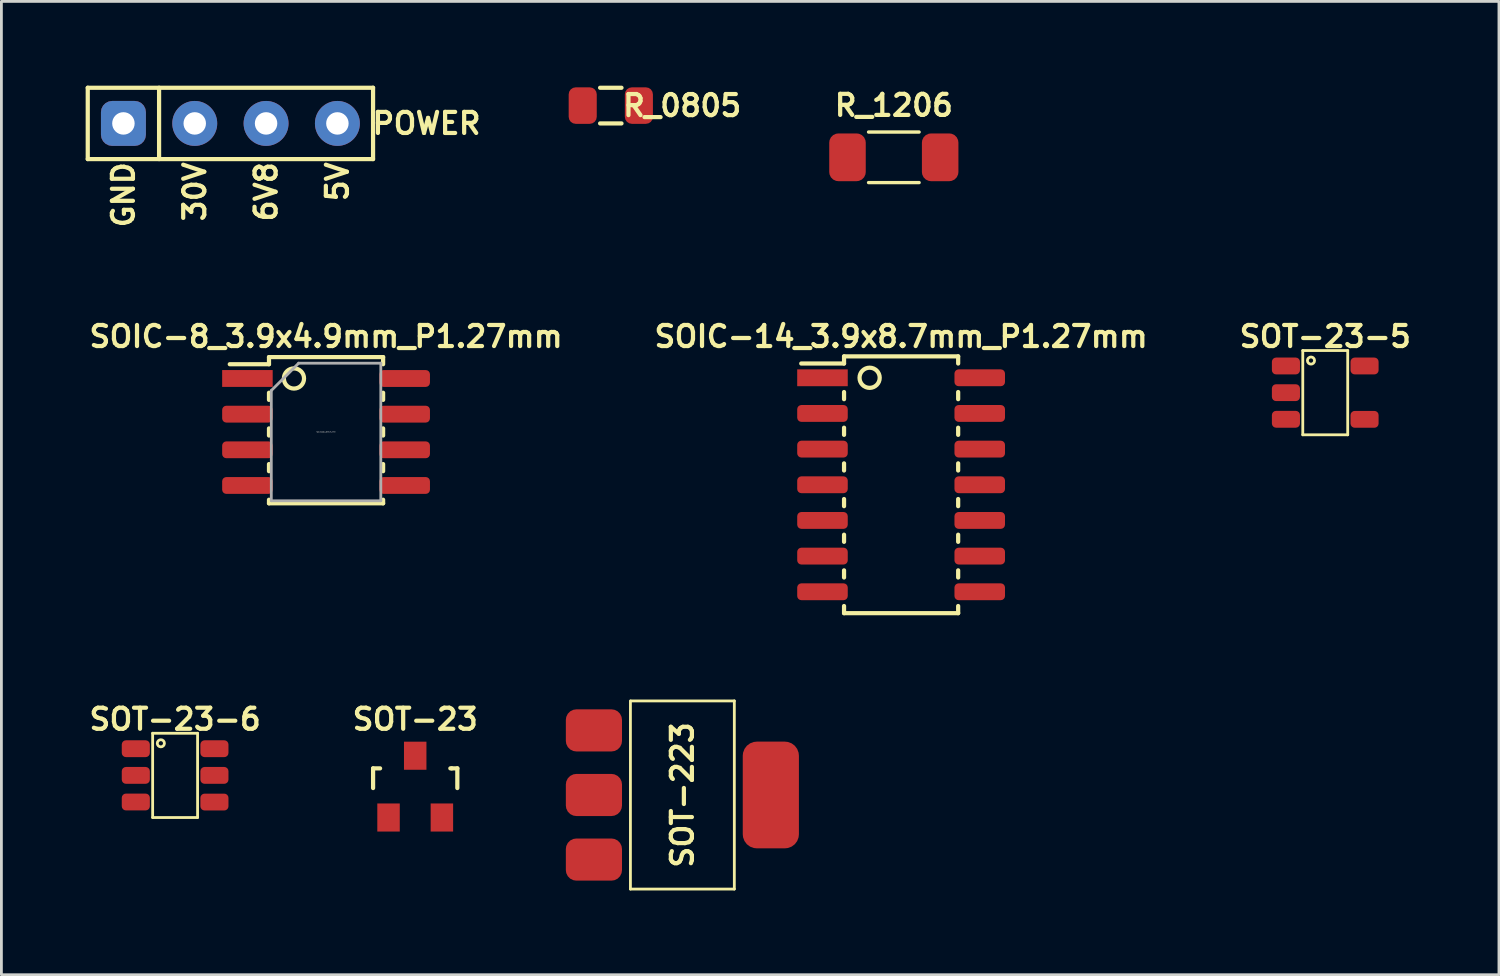
<source format=kicad_pcb>
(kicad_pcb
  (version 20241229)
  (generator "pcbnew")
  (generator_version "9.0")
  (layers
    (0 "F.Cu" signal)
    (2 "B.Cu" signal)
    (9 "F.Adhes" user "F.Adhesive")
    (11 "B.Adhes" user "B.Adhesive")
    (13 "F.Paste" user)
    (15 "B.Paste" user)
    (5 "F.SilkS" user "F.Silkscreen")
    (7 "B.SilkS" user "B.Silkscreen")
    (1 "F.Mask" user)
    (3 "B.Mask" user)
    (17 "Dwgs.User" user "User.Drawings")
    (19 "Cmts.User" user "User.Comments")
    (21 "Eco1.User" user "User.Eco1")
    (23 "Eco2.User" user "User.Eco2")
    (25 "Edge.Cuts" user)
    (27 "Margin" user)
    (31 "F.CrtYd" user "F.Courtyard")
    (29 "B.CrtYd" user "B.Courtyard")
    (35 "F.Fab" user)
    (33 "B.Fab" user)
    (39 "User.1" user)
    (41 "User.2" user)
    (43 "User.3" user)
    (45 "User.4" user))
  (footprint "POWER"
    (layer "F.Cu")
    (at 5.155 1.345)
    (property "Reference" "POWER" (at 6.985 0 0) (layer "F.SilkS") (effects (font (size 0.75 0.75) (thickness 0.15))))
    (attr through_hole)
    (fp_line (start -5.08 -1.27) (end -5.08 1.27) (stroke (width 0.15) (type solid)) (layer "F.SilkS"))
    (fp_line (start -5.08 -1.27) (end 5.08 -1.27) (stroke (width 0.15) (type solid)) (layer "F.SilkS"))
    (fp_line (start -2.54 1.27) (end -2.54 -1.27) (stroke (width 0.15) (type solid)) (layer "F.SilkS"))
    (fp_line (start 5.08 -1.27) (end 5.08 1.27) (stroke (width 0.15) (type solid)) (layer "F.SilkS"))
    (fp_line (start 5.08 1.27) (end -5.08 1.27) (stroke (width 0.15) (type solid)) (layer "F.SilkS"))
    (fp_text user "GND" (at -3.81 1.3 90) (unlocked yes) (layer "F.SilkS") (effects (font (size 0.75 0.75) (thickness 0.15)) (justify right)))
    (fp_text user "5V" (at 3.81 1.3 90) (unlocked yes) (layer "F.SilkS") (effects (font (size 0.75 0.75) (thickness 0.15)) (justify right)))
    (fp_text user "30V" (at -1.27 1.3 90) (unlocked yes) (layer "F.SilkS") (effects (font (size 0.75 0.75) (thickness 0.15)) (justify right)))
    (fp_text user "6V8" (at 1.27 1.3 90) (unlocked yes) (layer "F.SilkS") (effects (font (size 0.75 0.75) (thickness 0.15)) (justify right)))
    (pad "1" thru_hole roundrect (at -3.81 0) (size 1.6 1.6) (drill 0.8) (layers "*.Cu" "*.Mask") (roundrect_rratio 0.25))
    (pad "2" thru_hole circle (at -1.27 0) (size 1.6 1.6) (drill 0.8) (layers "*.Cu" "*.Mask"))
    (pad "3" thru_hole circle (at 1.27 0) (size 1.6 1.6) (drill 0.8) (layers "*.Cu" "*.Mask"))
    (pad "4" thru_hole circle (at 3.81 0) (size 1.6 1.6) (drill 0.8) (layers "*.Cu" "*.Mask")))
  (footprint "SOT-23"
    (layer "F.Cu")
    (at 11.736 24.962)
    (property "Reference" "SOT-23" (at 0 -2.4 0) (layer "F.SilkS") (effects (font (size 0.75 0.75) (thickness 0.15))))
    (attr smd)
    (fp_line (start -1.5 -0.65) (end -1.251 -0.65) (stroke (width 0.15) (type solid)) (layer "F.SilkS"))
    (fp_line (start -1.5 0.051) (end -1.5 -0.65) (stroke (width 0.15) (type solid)) (layer "F.SilkS"))
    (fp_line (start 1.299 -0.65) (end 1.251 -0.65) (stroke (width 0.15) (type solid)) (layer "F.SilkS"))
    (fp_line (start 1.299 -0.65) (end 1.5 -0.65) (stroke (width 0.15) (type solid)) (layer "F.SilkS"))
    (fp_line (start 1.5 -0.65) (end 1.5 0.051) (stroke (width 0.15) (type solid)) (layer "F.SilkS"))
    (pad "1" smd rect (at -0.95 1.1) (size 0.8 1) (layers "F.Cu" "F.Mask" "F.Paste"))
    (pad "2" smd rect (at 0.95 1.1) (size 0.8 1) (layers "F.Cu" "F.Mask" "F.Paste"))
    (pad "3" smd rect (at 0 -1.1) (size 0.8 1) (layers "F.Cu" "F.Mask" "F.Paste")))
  (footprint "SOIC-8_3.9x4.9mm_P1.27mm"
    (layer "F.Cu")
    (at 8.561 12.333)
    (property "Reference" "SOIC-8_3.9x4.9mm_P1.27mm" (at 0 -3.4 0) (layer "F.SilkS") (effects (font (size 0.75 0.75) (thickness 0.15))))
    (attr smd)
    (fp_line (start -3.429 -2.413) (end -2.032 -2.413) (stroke (width 0.15) (type solid)) (layer "F.SilkS"))
    (fp_line (start -2.032 -2.667) (end 2.032 -2.667) (stroke (width 0.15) (type solid)) (layer "F.SilkS"))
    (fp_line (start -2.032 -2.413) (end -2.032 -2.667) (stroke (width 0.15) (type solid)) (layer "F.SilkS"))
    (fp_line (start -2.032 -1.143) (end -2.032 -1.397) (stroke (width 0.15) (type solid)) (layer "F.SilkS"))
    (fp_line (start -2.032 0.127) (end -2.032 -0.127) (stroke (width 0.15) (type solid)) (layer "F.SilkS"))
    (fp_line (start -2.032 1.397) (end -2.032 1.143) (stroke (width 0.15) (type solid)) (layer "F.SilkS"))
    (fp_line (start -2.032 2.54) (end -2.032 2.413) (stroke (width 0.15) (type solid)) (layer "F.SilkS"))
    (fp_line (start 2.032 -2.413) (end 2.032 -2.667) (stroke (width 0.15) (type solid)) (layer "F.SilkS"))
    (fp_line (start 2.032 -1.397) (end 2.032 -1.143) (stroke (width 0.15) (type solid)) (layer "F.SilkS"))
    (fp_line (start 2.032 -0.127) (end 2.032 0.127) (stroke (width 0.15) (type solid)) (layer "F.SilkS"))
    (fp_line (start 2.032 1.143) (end 2.032 1.397) (stroke (width 0.15) (type solid)) (layer "F.SilkS"))
    (fp_line (start 2.032 2.413) (end 2.032 2.54) (stroke (width 0.15) (type solid)) (layer "F.SilkS"))
    (fp_line (start 2.032 2.54) (end -2.032 2.54) (stroke (width 0.15) (type solid)) (layer "F.SilkS"))
    (fp_circle (center -1.143 -1.905) (end -0.889 -1.651) (stroke (width 0.15) (type solid)) (fill no) (layer "F.SilkS"))
    (fp_line (start -1.95 -1.475) (end -0.975 -2.45) (stroke (width 0.1) (type solid)) (layer "F.Fab"))
    (fp_line (start -1.95 2.45) (end -1.95 -1.475) (stroke (width 0.1) (type solid)) (layer "F.Fab"))
    (fp_line (start -0.975 -2.45) (end 1.95 -2.45) (stroke (width 0.1) (type solid)) (layer "F.Fab"))
    (fp_line (start 1.95 -2.45) (end 1.95 2.45) (stroke (width 0.1) (type solid)) (layer "F.Fab"))
    (fp_line (start 1.95 2.45) (end -1.95 2.45) (stroke (width 0.1) (type solid)) (layer "F.Fab"))
    (fp_text user "${REFERENCE}" (at 0 0 0) (layer "F.Fab") (effects (font (size 0.03 0.03) (thickness 0.007))))
    (pad "1" smd rect (at -2.8 -1.905) (size 1.8 0.6) (layers "F.Cu" "F.Mask" "F.Paste"))
    (pad "2" smd roundrect (at -2.8 -0.635) (size 1.8 0.6) (layers "F.Cu" "F.Mask" "F.Paste") (roundrect_rratio 0.25))
    (pad "3" smd roundrect (at -2.8 0.635) (size 1.8 0.6) (layers "F.Cu" "F.Mask" "F.Paste") (roundrect_rratio 0.25))
    (pad "4" smd roundrect (at -2.8 1.905) (size 1.8 0.6) (layers "F.Cu" "F.Mask" "F.Paste") (roundrect_rratio 0.25))
    (pad "5" smd roundrect (at 2.8 1.905) (size 1.8 0.6) (layers "F.Cu" "F.Mask" "F.Paste") (roundrect_rratio 0.25))
    (pad "6" smd roundrect (at 2.8 0.635) (size 1.8 0.6) (layers "F.Cu" "F.Mask" "F.Paste") (roundrect_rratio 0.25))
    (pad "7" smd roundrect (at 2.8 -0.635) (size 1.8 0.6) (layers "F.Cu" "F.Mask" "F.Paste") (roundrect_rratio 0.25))
    (pad "8" smd roundrect (at 2.8 -1.905) (size 1.8 0.6) (layers "F.Cu" "F.Mask" "F.Paste") (roundrect_rratio 0.25)))
  (footprint "SOT-223"
    (layer "F.Cu")
    (at 21.25 25.26)
    (property "Reference" "SOT-223" (at 0 0 270) (layer "F.SilkS") (effects (font (size 0.75 0.75) (thickness 0.15))))
    (attr smd)
    (fp_line (start -1.85 -3.35) (end -1.85 3.35) (stroke (width 0.1) (type solid)) (layer "F.SilkS"))
    (fp_line (start -1.85 3.35) (end 1.85 3.35) (stroke (width 0.1) (type solid)) (layer "F.SilkS"))
    (fp_line (start -1.83 -3.35) (end 1.85 -3.35) (stroke (width 0.1) (type solid)) (layer "F.SilkS"))
    (fp_line (start 1.85 -3.35) (end 1.85 3.35) (stroke (width 0.1) (type solid)) (layer "F.SilkS"))
    (pad "1" smd roundrect (at -3.15 -2.3) (size 2 1.5) (layers "F.Cu" "F.Mask" "F.Paste") (roundrect_rratio 0.25))
    (pad "2" smd roundrect (at -3.15 0) (size 2 1.5) (layers "F.Cu" "F.Mask" "F.Paste") (roundrect_rratio 0.25))
    (pad "2" smd roundrect (at 3.15 0) (size 2 3.8) (layers "F.Cu" "F.Mask" "F.Paste") (roundrect_rratio 0.25))
    (pad "3" smd roundrect (at -3.15 2.3) (size 2 1.5) (layers "F.Cu" "F.Mask" "F.Paste") (roundrect_rratio 0.25)))
  (footprint "SOT-23-5"
    (layer "F.Cu")
    (at 44.143 10.933)
    (property "Reference" "SOT-23-5" (at 0 -2 180) (layer "F.SilkS") (effects (font (size 0.75 0.75) (thickness 0.15))))
    (attr smd)
    (fp_line (start -0.8 -1.5) (end 0.8 -1.5) (stroke (width 0.1) (type solid)) (layer "F.SilkS"))
    (fp_line (start -0.8 1.5) (end -0.8 -1.5) (stroke (width 0.1) (type solid)) (layer "F.SilkS"))
    (fp_line (start 0.8 -1.5) (end 0.8 1.5) (stroke (width 0.1) (type solid)) (layer "F.SilkS"))
    (fp_line (start 0.8 1.5) (end -0.8 1.5) (stroke (width 0.1) (type solid)) (layer "F.SilkS"))
    (fp_circle (center -0.508 -1.143) (end -0.381 -1.143) (stroke (width 0.1) (type solid)) (fill no) (layer "F.SilkS"))
    (pad "1" smd roundrect (at -1.4 -0.95 270) (size 0.6 1) (layers "F.Cu" "F.Mask" "F.Paste") (roundrect_rratio 0.25))
    (pad "2" smd roundrect (at -1.4 0 270) (size 0.6 1) (layers "F.Cu" "F.Mask" "F.Paste") (roundrect_rratio 0.25))
    (pad "3" smd roundrect (at -1.4 0.948 270) (size 0.6 1) (layers "F.Cu" "F.Mask" "F.Paste") (roundrect_rratio 0.25))
    (pad "4" smd roundrect (at 1.4 0.95 270) (size 0.6 1) (layers "F.Cu" "F.Mask" "F.Paste") (roundrect_rratio 0.25))
    (pad "5" smd roundrect (at 1.4 -0.95 270) (size 0.6 1) (layers "F.Cu" "F.Mask" "F.Paste") (roundrect_rratio 0.25)))
  (footprint "R_0805"
    (layer "F.Cu")
    (at 18.701 0.71)
    (property "Reference" "R_0805" (at 2.54 0 0) (layer "F.SilkS") (effects (font (size 0.75 0.75) (thickness 0.15))))
    (attr smd)
    (fp_line (start -0.381 -0.635) (end 0.381 -0.635) (stroke (width 0.15) (type solid)) (layer "F.SilkS"))
    (fp_line (start -0.381 0.635) (end 0.381 0.635) (stroke (width 0.15) (type solid)) (layer "F.SilkS"))
    (pad "1" smd roundrect (at -1 0) (size 1 1.3) (layers "F.Cu" "F.Mask" "F.Paste") (roundrect_rratio 0.25))
    (pad "2" smd roundrect (at 1 0) (size 1 1.3) (layers "F.Cu" "F.Mask" "F.Paste") (roundrect_rratio 0.25)))
  (footprint "SOIC-14_3.9x8.7mm_P1.27mm"
    (layer "F.Cu")
    (at 29.039 14.213)
    (property "Reference" "SOIC-14_3.9x8.7mm_P1.27mm" (at 0 -5.28 0) (layer "F.SilkS") (effects (font (size 0.75 0.75) (thickness 0.15))))
    (attr smd)
    (fp_line (start -2.032 -4.572) (end -2.032 -4.318) (stroke (width 0.15) (type solid)) (layer "F.SilkS"))
    (fp_line (start -2.032 -4.572) (end 2.032 -4.572) (stroke (width 0.15) (type solid)) (layer "F.SilkS"))
    (fp_line (start -2.032 -4.318) (end -3.556 -4.318) (stroke (width 0.15) (type solid)) (layer "F.SilkS"))
    (fp_line (start -2.032 -3.302) (end -2.032 -3.048) (stroke (width 0.15) (type solid)) (layer "F.SilkS"))
    (fp_line (start -2.032 -2.032) (end -2.032 -1.778) (stroke (width 0.15) (type solid)) (layer "F.SilkS"))
    (fp_line (start -2.032 -0.762) (end -2.032 -0.508) (stroke (width 0.15) (type solid)) (layer "F.SilkS"))
    (fp_line (start -2.032 0.508) (end -2.032 0.762) (stroke (width 0.15) (type solid)) (layer "F.SilkS"))
    (fp_line (start -2.032 1.778) (end -2.032 2.032) (stroke (width 0.15) (type solid)) (layer "F.SilkS"))
    (fp_line (start -2.032 3.048) (end -2.032 3.302) (stroke (width 0.15) (type solid)) (layer "F.SilkS"))
    (fp_line (start -2.032 4.572) (end -2.032 4.318) (stroke (width 0.15) (type solid)) (layer "F.SilkS"))
    (fp_line (start 2.032 -4.572) (end 2.032 -4.318) (stroke (width 0.15) (type solid)) (layer "F.SilkS"))
    (fp_line (start 2.032 -3.302) (end 2.032 -3.048) (stroke (width 0.15) (type solid)) (layer "F.SilkS"))
    (fp_line (start 2.032 -2.032) (end 2.032 -1.778) (stroke (width 0.15) (type solid)) (layer "F.SilkS"))
    (fp_line (start 2.032 -0.762) (end 2.032 -0.508) (stroke (width 0.15) (type solid)) (layer "F.SilkS"))
    (fp_line (start 2.032 0.508) (end 2.032 0.762) (stroke (width 0.15) (type solid)) (layer "F.SilkS"))
    (fp_line (start 2.032 1.778) (end 2.032 2.032) (stroke (width 0.15) (type solid)) (layer "F.SilkS"))
    (fp_line (start 2.032 3.048) (end 2.032 3.302) (stroke (width 0.15) (type solid)) (layer "F.SilkS"))
    (fp_line (start 2.032 4.572) (end -2.032 4.572) (stroke (width 0.15) (type solid)) (layer "F.SilkS"))
    (fp_line (start 2.032 4.572) (end 2.032 4.318) (stroke (width 0.15) (type solid)) (layer "F.SilkS"))
    (fp_circle (center -1.121 -3.81) (end -0.867 -3.556) (stroke (width 0.15) (type solid)) (fill no) (layer "F.SilkS"))
    (pad "1" smd rect (at -2.8 -3.81) (size 1.8 0.6) (layers "F.Cu" "F.Mask" "F.Paste"))
    (pad "2" smd roundrect (at -2.8 -2.54) (size 1.8 0.6) (layers "F.Cu" "F.Mask" "F.Paste") (roundrect_rratio 0.25))
    (pad "3" smd roundrect (at -2.8 -1.27) (size 1.8 0.6) (layers "F.Cu" "F.Mask" "F.Paste") (roundrect_rratio 0.25))
    (pad "4" smd roundrect (at -2.8 0) (size 1.8 0.6) (layers "F.Cu" "F.Mask" "F.Paste") (roundrect_rratio 0.25))
    (pad "5" smd roundrect (at -2.8 1.27) (size 1.8 0.6) (layers "F.Cu" "F.Mask" "F.Paste") (roundrect_rratio 0.25))
    (pad "6" smd roundrect (at -2.8 2.54) (size 1.8 0.6) (layers "F.Cu" "F.Mask" "F.Paste") (roundrect_rratio 0.25))
    (pad "7" smd roundrect (at -2.8 3.81) (size 1.8 0.6) (layers "F.Cu" "F.Mask" "F.Paste") (roundrect_rratio 0.25))
    (pad "8" smd roundrect (at 2.8 3.81) (size 1.8 0.6) (layers "F.Cu" "F.Mask" "F.Paste") (roundrect_rratio 0.25))
    (pad "9" smd roundrect (at 2.8 2.54) (size 1.8 0.6) (layers "F.Cu" "F.Mask" "F.Paste") (roundrect_rratio 0.25))
    (pad "10" smd roundrect (at 2.8 1.27) (size 1.8 0.6) (layers "F.Cu" "F.Mask" "F.Paste") (roundrect_rratio 0.25))
    (pad "11" smd roundrect (at 2.8 0) (size 1.8 0.6) (layers "F.Cu" "F.Mask" "F.Paste") (roundrect_rratio 0.25))
    (pad "12" smd roundrect (at 2.8 -1.27) (size 1.8 0.6) (layers "F.Cu" "F.Mask" "F.Paste") (roundrect_rratio 0.25))
    (pad "13" smd roundrect (at 2.8 -2.54) (size 1.8 0.6) (layers "F.Cu" "F.Mask" "F.Paste") (roundrect_rratio 0.25))
    (pad "14" smd roundrect (at 2.8 -3.81) (size 1.8 0.6) (layers "F.Cu" "F.Mask" "F.Paste") (roundrect_rratio 0.25)))
  (footprint "R_1206"
    (layer "F.Cu")
    (at 28.78 2.552)
    (property "Reference" "R_1206" (at 0 -1.85 0) (layer "F.SilkS") (effects (font (size 0.75 0.75) (thickness 0.15))))
    (attr smd)
    (fp_line (start -0.9 -0.9) (end 0.9 -0.9) (stroke (width 0.12) (type solid)) (layer "F.SilkS"))
    (fp_line (start 0.9 0.9) (end -0.9 0.9) (stroke (width 0.12) (type solid)) (layer "F.SilkS"))
    (pad "1" smd roundrect (at -1.65 0) (size 1.3 1.7) (layers "F.Cu" "F.Mask" "F.Paste") (roundrect_rratio 0.25))
    (pad "2" smd roundrect (at 1.65 0) (size 1.3 1.7) (layers "F.Cu" "F.Mask" "F.Paste") (roundrect_rratio 0.25)))
  (footprint "SOT-23-6"
    (layer "F.Cu")
    (at 3.186 24.562)
    (property "Reference" "SOT-23-6" (at 0 -2 180) (layer "F.SilkS") (effects (font (size 0.75 0.75) (thickness 0.15))))
    (attr smd)
    (fp_line (start -0.8 -1.5) (end 0.8 -1.5) (stroke (width 0.1) (type solid)) (layer "F.SilkS"))
    (fp_line (start -0.8 1.5) (end -0.8 -1.5) (stroke (width 0.1) (type solid)) (layer "F.SilkS"))
    (fp_line (start 0.8 -1.5) (end 0.8 1.5) (stroke (width 0.1) (type solid)) (layer "F.SilkS"))
    (fp_line (start 0.8 1.5) (end -0.8 1.5) (stroke (width 0.1) (type solid)) (layer "F.SilkS"))
    (fp_circle (center -0.508 -1.143) (end -0.381 -1.143) (stroke (width 0.1) (type solid)) (fill no) (layer "F.SilkS"))
    (pad "1" smd roundrect (at -1.4 -0.95 270) (size 0.6 1) (layers "F.Cu" "F.Mask" "F.Paste") (roundrect_rratio 0.25))
    (pad "2" smd roundrect (at -1.4 0 270) (size 0.6 1) (layers "F.Cu" "F.Mask" "F.Paste") (roundrect_rratio 0.25))
    (pad "3" smd roundrect (at -1.4 0.948 270) (size 0.6 1) (layers "F.Cu" "F.Mask" "F.Paste") (roundrect_rratio 0.25))
    (pad "4" smd roundrect (at 1.4 0.95 270) (size 0.6 1) (layers "F.Cu" "F.Mask" "F.Paste") (roundrect_rratio 0.25))
    (pad "5" smd roundrect (at 1.4 0 270) (size 0.6 1) (layers "F.Cu" "F.Mask" "F.Paste") (roundrect_rratio 0.25))
    (pad "6" smd roundrect (at 1.4 -0.95 270) (size 0.6 1) (layers "F.Cu" "F.Mask" "F.Paste") (roundrect_rratio 0.25)))
  (gr_rect
    (start -3 -3)
    (end 50.329 31.66)
    (stroke (width 0.1) (type default))
    (fill no)
    (layer "Edge.Cuts")))
</source>
